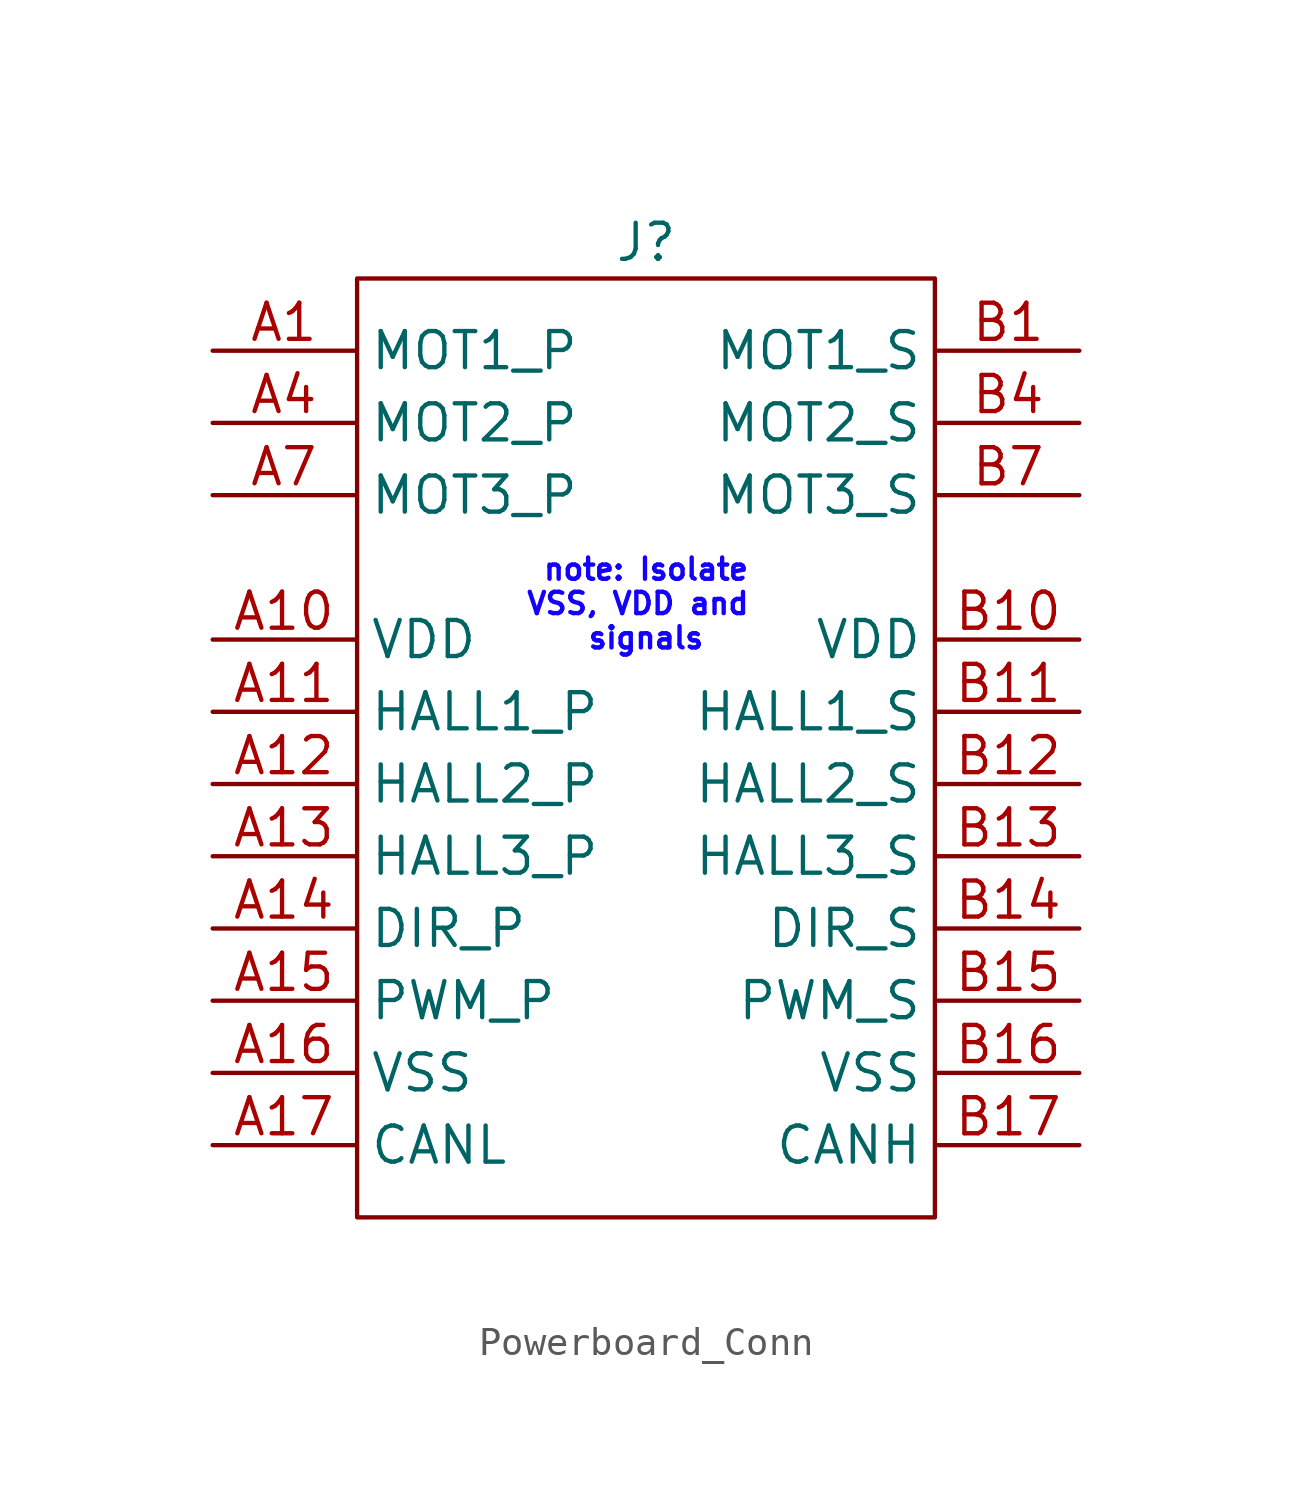
<source format=kicad_sym>
(kicad_symbol_lib
  (version 20220914)
  (generator kicad_symbol_editor)
  (symbol "Powerboard_Conn"
    (property "Reference" "J"
      (at 0 1.27 0)
      (effects (font (size 1.27 1.27))))
    (property "Value" ""
      (at 0 0 0)
      (effects (font (size 1.27 1.27))))
    (symbol "Powerboard_Conn_0_1"
      (rectangle (start -10.16 0) (end 10.16 -33.02) (stroke (width 0) (type default)) (fill (type none))))
    (symbol "Powerboard_Conn_1_1"
      (text "note: Isolate\nVSS, VDD and \nsignals" (at 0 -11.43 0) (effects (font (size 0.75 0.75) (color 20 0 255 1))))
      (pin bidirectional line (at -15.24 -2.54 0) (length 5) (name "MOT1_P" (effects (font (size 1.27 1.27)))) (number "A1" (effects (font (size 1.27 1.27)))))
      (pin bidirectional line (at -15.24 -12.7 0) (length 5) (name "VDD" (effects (font (size 1.27 1.27)))) (number "A10" (effects (font (size 1.27 1.27)))))
      (pin bidirectional line (at -15.24 -15.24 0) (length 5) (name "HALL1_P" (effects (font (size 1.27 1.27)))) (number "A11" (effects (font (size 1.27 1.27)))))
      (pin bidirectional line (at -15.24 -17.78 0) (length 5) (name "HALL2_P" (effects (font (size 1.27 1.27)))) (number "A12" (effects (font (size 1.27 1.27)))))
      (pin bidirectional line (at -15.24 -20.32 0) (length 5) (name "HALL3_P" (effects (font (size 1.27 1.27)))) (number "A13" (effects (font (size 1.27 1.27)))))
      (pin bidirectional line (at -15.24 -22.86 0) (length 5) (name "DIR_P" (effects (font (size 1.27 1.27)))) (number "A14" (effects (font (size 1.27 1.27)))))
      (pin bidirectional line (at -15.24 -25.4 0) (length 5) (name "PWM_P" (effects (font (size 1.27 1.27)))) (number "A15" (effects (font (size 1.27 1.27)))))
      (pin bidirectional line (at -15.24 -27.94 0) (length 5) (name "VSS" (effects (font (size 1.27 1.27)))) (number "A16" (effects (font (size 1.27 1.27)))))
      (pin bidirectional line (at -15.24 -30.48 0) (length 5) (name "CANL" (effects (font (size 1.27 1.27)))) (number "A17" (effects (font (size 1.27 1.27)))))
      (pin bidirectional line (at -15.24 -2.54 0) (length 5) hide (name "" (effects (font (size 1.27 1.27)))) (number "A2" (effects (font (size 1.27 1.27)))))
      (pin bidirectional line (at -15.24 -2.54 0) (length 5) hide (name "" (effects (font (size 1.27 1.27)))) (number "A3" (effects (font (size 1.27 1.27)))))
      (pin bidirectional line (at -15.24 -5.08 0) (length 5) (name "MOT2_P" (effects (font (size 1.27 1.27)))) (number "A4" (effects (font (size 1.27 1.27)))))
      (pin bidirectional line (at -15.24 -5.08 0) (length 5) hide (name "" (effects (font (size 1.27 1.27)))) (number "A5" (effects (font (size 1.27 1.27)))))
      (pin bidirectional line (at -15.24 -5.08 0) (length 5) hide (name "" (effects (font (size 1.27 1.27)))) (number "A6" (effects (font (size 1.27 1.27)))))
      (pin bidirectional line (at -15.24 -7.62 0) (length 5) (name "MOT3_P" (effects (font (size 1.27 1.27)))) (number "A7" (effects (font (size 1.27 1.27)))))
      (pin bidirectional line (at -15.24 -7.62 0) (length 5) hide (name "" (effects (font (size 1.27 1.27)))) (number "A8" (effects (font (size 1.27 1.27)))))
      (pin bidirectional line (at -15.24 -7.62 0) (length 5) hide (name "" (effects (font (size 1.27 1.27)))) (number "A9" (effects (font (size 1.27 1.27)))))
      (pin bidirectional line (at 15.24 -2.54 180) (length 5) (name "MOT1_S" (effects (font (size 1.27 1.27)))) (number "B1" (effects (font (size 1.27 1.27)))))
      (pin bidirectional line (at 15.24 -12.7 180) (length 5) (name "VDD" (effects (font (size 1.27 1.27)))) (number "B10" (effects (font (size 1.27 1.27)))))
      (pin bidirectional line (at 15.24 -15.24 180) (length 5) (name "HALL1_S" (effects (font (size 1.27 1.27)))) (number "B11" (effects (font (size 1.27 1.27)))))
      (pin bidirectional line (at 15.24 -17.78 180) (length 5) (name "HALL2_S" (effects (font (size 1.27 1.27)))) (number "B12" (effects (font (size 1.27 1.27)))))
      (pin bidirectional line (at 15.24 -20.32 180) (length 5) (name "HALL3_S" (effects (font (size 1.27 1.27)))) (number "B13" (effects (font (size 1.27 1.27)))))
      (pin bidirectional line (at 15.24 -22.86 180) (length 5) (name "DIR_S" (effects (font (size 1.27 1.27)))) (number "B14" (effects (font (size 1.27 1.27)))))
      (pin bidirectional line (at 15.24 -25.4 180) (length 5) (name "PWM_S" (effects (font (size 1.27 1.27)))) (number "B15" (effects (font (size 1.27 1.27)))))
      (pin bidirectional line (at 15.24 -27.94 180) (length 5) (name "VSS" (effects (font (size 1.27 1.27)))) (number "B16" (effects (font (size 1.27 1.27)))))
      (pin bidirectional line (at 15.24 -30.48 180) (length 5) (name "CANH" (effects (font (size 1.27 1.27)))) (number "B17" (effects (font (size 1.27 1.27)))))
      (pin bidirectional line (at 15.24 -2.54 180) (length 5) hide (name "" (effects (font (size 1.27 1.27)))) (number "B2" (effects (font (size 1.27 1.27)))))
      (pin bidirectional line (at 15.24 -2.54 180) (length 5) hide (name "" (effects (font (size 1.27 1.27)))) (number "B3" (effects (font (size 1.27 1.27)))))
      (pin bidirectional line (at 15.24 -5.08 180) (length 5) (name "MOT2_S" (effects (font (size 1.27 1.27)))) (number "B4" (effects (font (size 1.27 1.27)))))
      (pin bidirectional line (at 15.24 -5.08 180) (length 5) hide (name "" (effects (font (size 1.27 1.27)))) (number "B5" (effects (font (size 1.27 1.27)))))
      (pin bidirectional line (at 15.24 -5.08 180) (length 5) hide (name "MOT3_S" (effects (font (size 1.27 1.27)))) (number "B6" (effects (font (size 1.27 1.27)))))
      (pin bidirectional line (at 15.24 -7.62 180) (length 5) (name "MOT3_S" (effects (font (size 1.27 1.27)))) (number "B7" (effects (font (size 1.27 1.27)))))
      (pin bidirectional line (at 15.24 -7.62 180) (length 5) hide (name "" (effects (font (size 1.27 1.27)))) (number "B8" (effects (font (size 1.27 1.27)))))
      (pin bidirectional line (at 15.24 -7.62 180) (length 5) hide (name "" (effects (font (size 1.27 1.27)))) (number "B9" (effects (font (size 1.27 1.27))))))))
</source>
